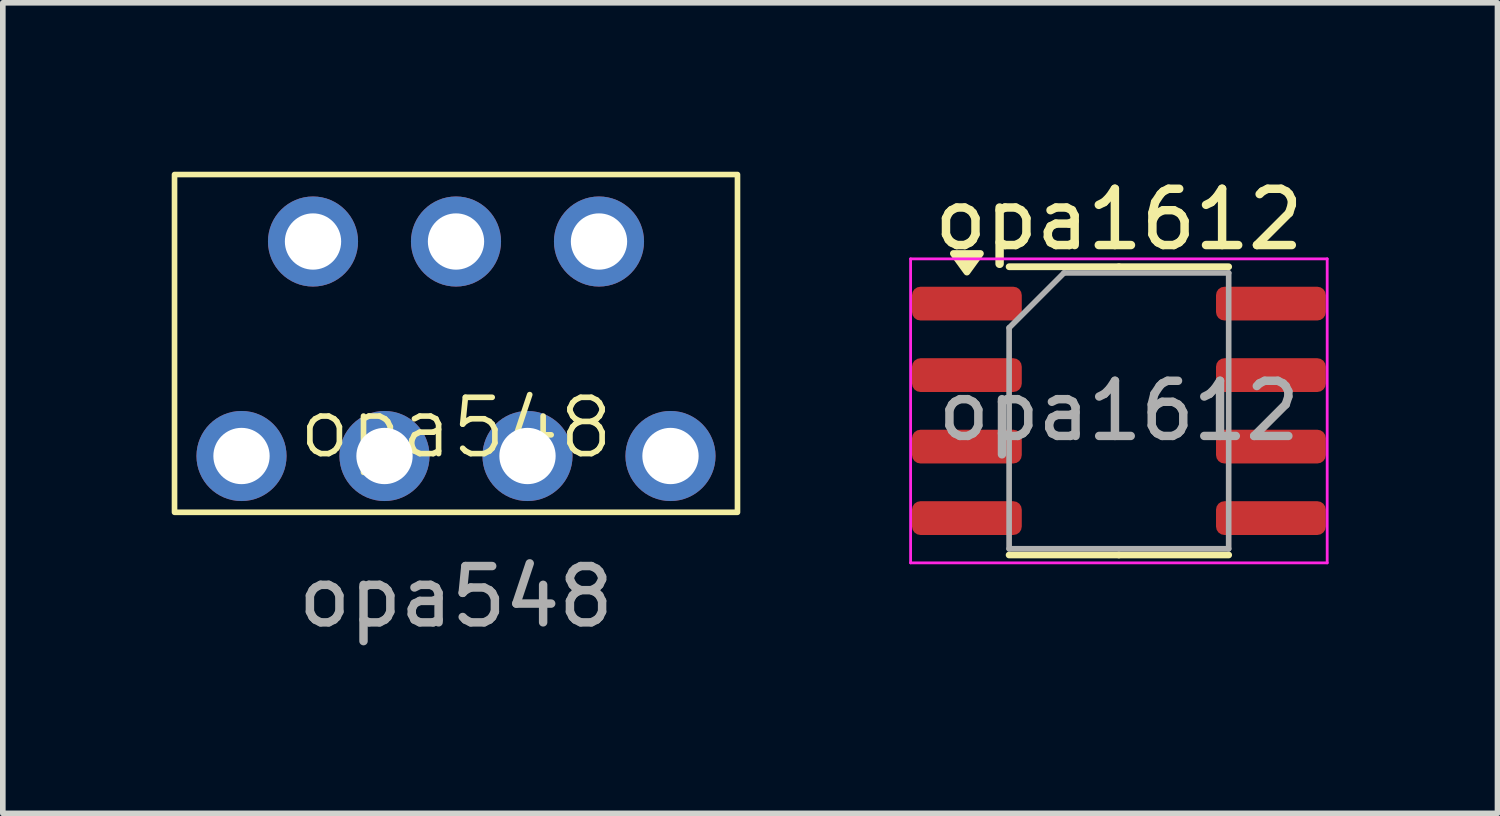
<source format=kicad_pcb>
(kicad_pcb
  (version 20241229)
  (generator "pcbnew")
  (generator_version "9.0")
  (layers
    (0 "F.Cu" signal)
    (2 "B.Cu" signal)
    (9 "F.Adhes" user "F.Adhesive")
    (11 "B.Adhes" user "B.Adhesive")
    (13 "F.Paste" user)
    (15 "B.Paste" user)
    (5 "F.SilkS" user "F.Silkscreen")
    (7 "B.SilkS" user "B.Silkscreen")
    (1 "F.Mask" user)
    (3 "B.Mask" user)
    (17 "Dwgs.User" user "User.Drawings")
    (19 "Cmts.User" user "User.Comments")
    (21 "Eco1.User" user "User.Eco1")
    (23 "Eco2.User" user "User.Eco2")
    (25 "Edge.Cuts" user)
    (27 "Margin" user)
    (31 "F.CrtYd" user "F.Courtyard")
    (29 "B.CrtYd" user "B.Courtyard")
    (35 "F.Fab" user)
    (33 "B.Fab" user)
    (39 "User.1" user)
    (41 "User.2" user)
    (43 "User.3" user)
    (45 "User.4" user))
  (footprint "opa1612"
    (layer "F.Cu")
    (at 16.825 4.248)
    (property "Reference" "opa1612" (at 0 -3.4 0) (layer "F.SilkS") (effects (font (size 1 1) (thickness 0.15))))
    (attr smd)
    (fp_line (start 0 -2.56) (end -1.95 -2.56) (stroke (width 0.12) (type solid)) (layer "F.SilkS"))
    (fp_line (start 0 -2.56) (end 1.95 -2.56) (stroke (width 0.12) (type solid)) (layer "F.SilkS"))
    (fp_line (start 0 2.56) (end -1.95 2.56) (stroke (width 0.12) (type solid)) (layer "F.SilkS"))
    (fp_line (start 0 2.56) (end 1.95 2.56) (stroke (width 0.12) (type solid)) (layer "F.SilkS"))
    (fp_poly (pts (xy -2.7 -2.465) (xy -2.94 -2.795) (xy -2.46 -2.795) (xy -2.7 -2.465)) (stroke (width 0.12) (type solid)) (fill yes) (layer "F.SilkS"))
    (fp_line (start -3.7 -2.7) (end -3.7 2.7) (stroke (width 0.05) (type solid)) (layer "F.CrtYd"))
    (fp_line (start -3.7 2.7) (end 3.7 2.7) (stroke (width 0.05) (type solid)) (layer "F.CrtYd"))
    (fp_line (start 3.7 -2.7) (end -3.7 -2.7) (stroke (width 0.05) (type solid)) (layer "F.CrtYd"))
    (fp_line (start 3.7 2.7) (end 3.7 -2.7) (stroke (width 0.05) (type solid)) (layer "F.CrtYd"))
    (fp_line (start -1.95 -1.475) (end -0.975 -2.45) (stroke (width 0.1) (type solid)) (layer "F.Fab"))
    (fp_line (start -1.95 2.45) (end -1.95 -1.475) (stroke (width 0.1) (type solid)) (layer "F.Fab"))
    (fp_line (start -0.975 -2.45) (end 1.95 -2.45) (stroke (width 0.1) (type solid)) (layer "F.Fab"))
    (fp_line (start 1.95 -2.45) (end 1.95 2.45) (stroke (width 0.1) (type solid)) (layer "F.Fab"))
    (fp_line (start 1.95 2.45) (end -1.95 2.45) (stroke (width 0.1) (type solid)) (layer "F.Fab"))
    (fp_text user "${REFERENCE}" (at 0 0 0) (layer "F.Fab") (effects (font (size 0.98 0.98) (thickness 0.15))))
    (pad "1" smd roundrect (at -2.7 -1.905) (size 1.95 0.6) (layers "F.Cu" "F.Mask" "F.Paste") (roundrect_rratio 0.25))
    (pad "2" smd roundrect (at -2.7 -0.635) (size 1.95 0.6) (layers "F.Cu" "F.Mask" "F.Paste") (roundrect_rratio 0.25))
    (pad "3" smd roundrect (at -2.7 0.635) (size 1.95 0.6) (layers "F.Cu" "F.Mask" "F.Paste") (roundrect_rratio 0.25))
    (pad "4" smd roundrect (at -2.7 1.905) (size 1.95 0.6) (layers "F.Cu" "F.Mask" "F.Paste") (roundrect_rratio 0.25))
    (pad "5" smd roundrect (at 2.7 1.905) (size 1.95 0.6) (layers "F.Cu" "F.Mask" "F.Paste") (roundrect_rratio 0.25))
    (pad "6" smd roundrect (at 2.7 0.635) (size 1.95 0.6) (layers "F.Cu" "F.Mask" "F.Paste") (roundrect_rratio 0.25))
    (pad "7" smd roundrect (at 2.7 -0.635) (size 1.95 0.6) (layers "F.Cu" "F.Mask" "F.Paste") (roundrect_rratio 0.25))
    (pad "8" smd roundrect (at 2.7 -1.905) (size 1.95 0.6) (layers "F.Cu" "F.Mask" "F.Paste") (roundrect_rratio 0.25)))
  (footprint "opa548"
    (layer "F.Cu")
    (at 5.05 5.05)
    (property "Reference" "opa548" (at 0 -0.5 0) (unlocked yes) (layer "F.SilkS") (effects (font (size 1 1) (thickness 0.1))))
    (attr through_hole)
    (fp_rect (start -5 -5) (end 5 1) (stroke (width 0.1) (type default)) (fill no) (layer "F.SilkS"))
    (fp_text user "${REFERENCE}" (at 0 2.5 0) (unlocked yes) (layer "F.Fab") (effects (font (size 1 1) (thickness 0.15))))
    (pad "1" thru_hole circle (at -3.81 0) (size 1.6 1.6) (drill 1) (layers "*.Cu" "*.Mask"))
    (pad "2" thru_hole circle (at -2.54 -3.81) (size 1.6 1.6) (drill 1) (layers "*.Cu" "*.Mask"))
    (pad "3" thru_hole circle (at -1.27 0) (size 1.6 1.6) (drill 1) (layers "*.Cu" "*.Mask"))
    (pad "4" thru_hole circle (at 0 -3.81) (size 1.6 1.6) (drill 1) (layers "*.Cu" "*.Mask"))
    (pad "5" thru_hole circle (at 1.27 0) (size 1.6 1.6) (drill 1) (layers "*.Cu" "*.Mask"))
    (pad "6" thru_hole circle (at 2.54 -3.81) (size 1.6 1.6) (drill 1) (layers "*.Cu" "*.Mask"))
    (pad "7" thru_hole circle (at 3.81 0) (size 1.6 1.6) (drill 1) (layers "*.Cu" "*.Mask")))
  (gr_rect
    (start -3 -3)
    (end 23.55 11.398)
    (stroke (width 0.1) (type default))
    (fill no)
    (layer "Edge.Cuts")))
</source>
